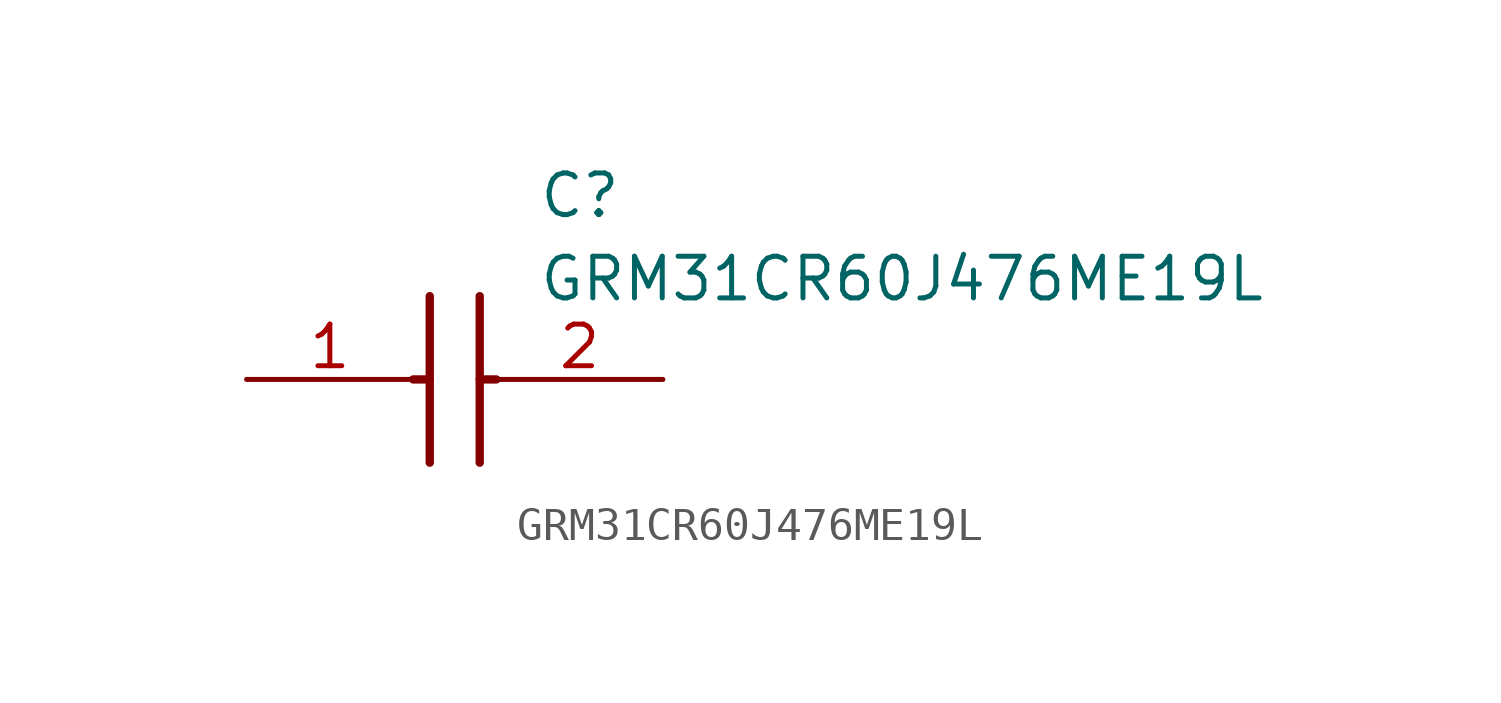
<source format=kicad_sym>
(kicad_symbol_lib
  (version 20211014)
  (generator SamacSys_ECAD_Model)
  (symbol "GRM31CR60J476ME19L"
    (pin_names hide)
    (property "Reference" "C"
      (at 8.89 6.35 0)
      (effects (font (size 1.27 1.27)) (justify left top)))
    (property "Value" "GRM31CR60J476ME19L"
      (at 8.89 3.81 0)
      (effects (font (size 1.27 1.27)) (justify left top)))
    (polyline
      (pts (xy 5.588 2.54) (xy 5.588 -2.54))
      (stroke (width 0.254) (type default))
      (fill (type none)))
    (polyline
      (pts (xy 7.112 2.54) (xy 7.112 -2.54))
      (stroke (width 0.254) (type default))
      (fill (type none)))
    (polyline
      (pts (xy 5.08 0) (xy 5.588 0))
      (stroke (width 0.254) (type default))
      (fill (type none)))
    (polyline
      (pts (xy 7.112 0) (xy 7.62 0))
      (stroke (width 0.254) (type default))
      (fill (type none)))
    (pin passive line
      (at 0 0 0)
      (length 5.08)
      (name "1" (effects (font (size 1.27 1.27))))
      (number "1" (effects (font (size 1.27 1.27)))))
    (pin passive line
      (at 12.7 0 180)
      (length 5.08)
      (name "2" (effects (font (size 1.27 1.27))))
      (number "2" (effects (font (size 1.27 1.27)))))))
</source>
